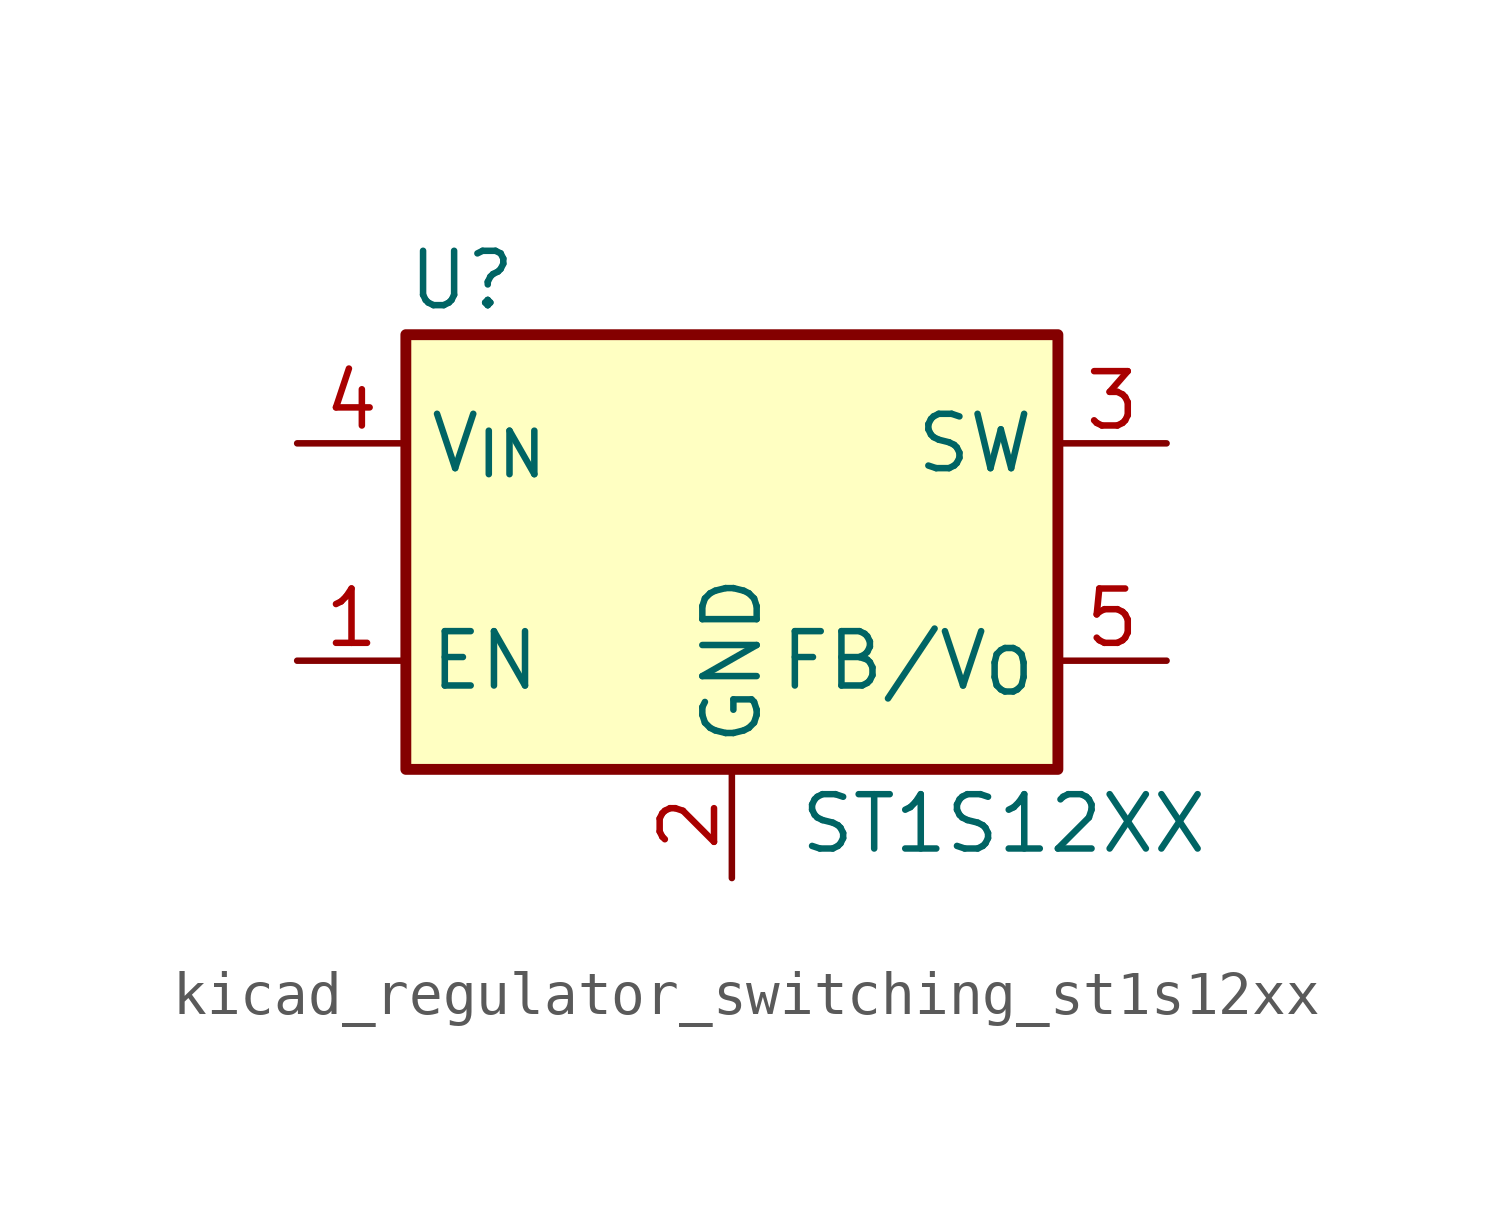
<source format=kicad_sym>
(kicad_symbol_lib
  (version 20220914)
  (generator kicad_symbol_editor)
  (symbol "kicad_regulator_switching_st1s12xx"
    (property "Reference" "U"
      (at -7.62 6.35 0)
      (effects (font (size 1.27 1.27)) (justify left)))
    (property "Value" "ST1S12XX"
      (at 6.35 -6.35 0)
      (effects (font (size 1.27 1.27))))
    (symbol "kicad_regulator_switching_st1s12xx_0_1"
      (rectangle (start 7.62 -5.08) (end -7.62 5.08) (stroke (width 0.254) (type default)) (fill (type background))))
    (symbol "kicad_regulator_switching_st1s12xx_1_1"
      (pin input line (at -10.16 -2.54 0) (length 2.54) (name "EN" (effects (font (size 1.27 1.27)))) (number "1" (effects (font (size 1.27 1.27)))))
      (pin power_in line (at 0 -7.62 90) (length 2.54) (name "GND" (effects (font (size 1.27 1.27)))) (number "2" (effects (font (size 1.27 1.27)))))
      (pin output line (at 10.16 2.54 180) (length 2.54) (name "SW" (effects (font (size 1.27 1.27)))) (number "3" (effects (font (size 1.27 1.27)))))
      (pin input line (at -10.16 2.54 0) (length 2.54) (name "V_{IN}" (effects (font (size 1.27 1.27)))) (number "4" (effects (font (size 1.27 1.27)))))
      (pin input line (at 10.16 -2.54 180) (length 2.54) (name "FB/V_{O}" (effects (font (size 1.27 1.27)))) (number "5" (effects (font (size 1.27 1.27))))))))
</source>
